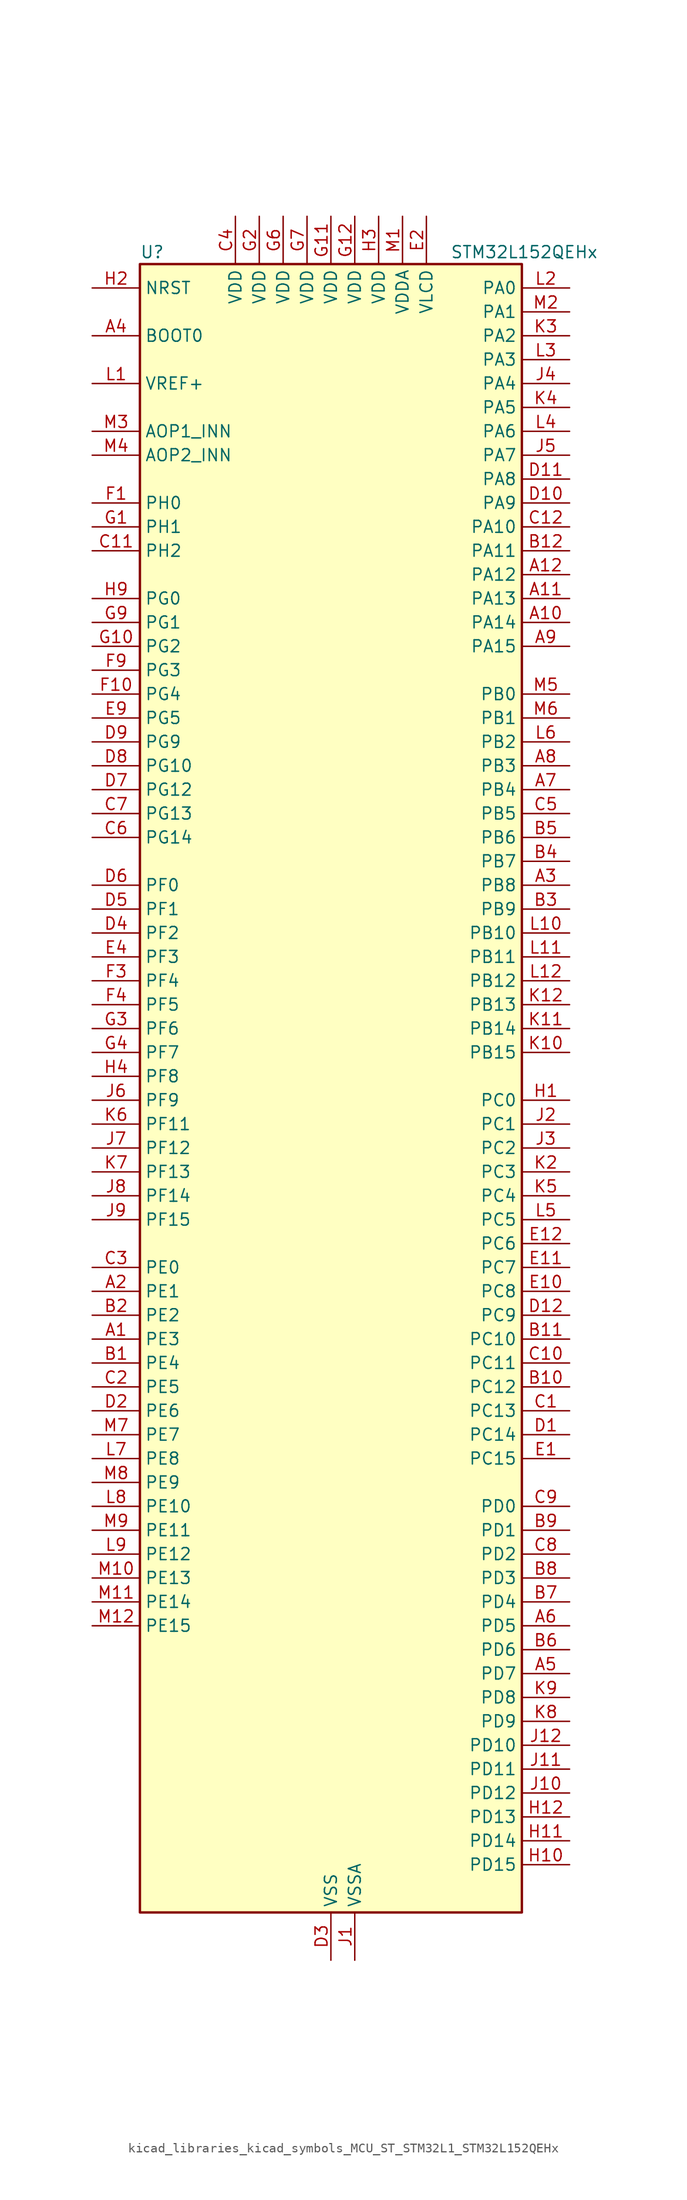
<source format=kicad_sym>
(kicad_symbol_lib
  (version 20220914)
  (generator kicad_symbol_editor)
  (symbol "kicad_libraries_kicad_symbols_MCU_ST_STM32L1_STM32L152QEHx"
    (property "Reference" "U"
      (at -20.32 90.17 0)
      (effects (font (size 1.27 1.27)) (justify left)))
    (property "Value" "STM32L152QEHx"
      (at 12.7 90.17 0)
      (effects (font (size 1.27 1.27)) (justify left)))
    (property "ki_locked" ""
      (at 0 0 0)
      (effects (font (size 1.27 1.27))))
    (symbol "kicad_libraries_kicad_symbols_MCU_ST_STM32L1_STM32L152QEHx_0_1"
      (rectangle (start -20.32 -86.36) (end 20.32 88.9) (stroke (width 0.254) (type default)) (fill (type background))))
    (symbol "kicad_libraries_kicad_symbols_MCU_ST_STM32L1_STM32L152QEHx_1_1"
      (pin bidirectional line (at -25.4 -25.4 0) (length 5.08) (name "PE3" (effects (font (size 1.27 1.27)))) (number "A1" (effects (font (size 1.27 1.27)))) (alternate "LCD_SEG39" bidirectional line) (alternate "SYS_TRACED0" bidirectional line) (alternate "TIM3_CH1" bidirectional line) (alternate "TIMX_IC4" bidirectional line))
      (pin bidirectional line (at 25.4 50.8 180) (length 5.08) (name "PA14" (effects (font (size 1.27 1.27)))) (number "A10" (effects (font (size 1.27 1.27)))) (alternate "SYS_JTCK-SWCLK" bidirectional line) (alternate "TIMX_IC3" bidirectional line) (alternate "TS_G5_IO2" bidirectional line))
      (pin bidirectional line (at 25.4 53.34 180) (length 5.08) (name "PA13" (effects (font (size 1.27 1.27)))) (number "A11" (effects (font (size 1.27 1.27)))) (alternate "SYS_JTMS-SWDIO" bidirectional line) (alternate "TIMX_IC2" bidirectional line) (alternate "TS_G5_IO1" bidirectional line))
      (pin bidirectional line (at 25.4 55.88 180) (length 5.08) (name "PA12" (effects (font (size 1.27 1.27)))) (number "A12" (effects (font (size 1.27 1.27)))) (alternate "SPI1_MOSI" bidirectional line) (alternate "TIMX_IC1" bidirectional line) (alternate "USART1_RTS" bidirectional line) (alternate "USB_DP" bidirectional line))
      (pin bidirectional line (at -25.4 -20.32 0) (length 5.08) (name "PE1" (effects (font (size 1.27 1.27)))) (number "A2" (effects (font (size 1.27 1.27)))) (alternate "LCD_SEG37" bidirectional line) (alternate "TIM11_CH1" bidirectional line) (alternate "TIMX_IC2" bidirectional line))
      (pin bidirectional line (at 25.4 22.86 180) (length 5.08) (name "PB8" (effects (font (size 1.27 1.27)))) (number "A3" (effects (font (size 1.27 1.27)))) (alternate "I2C1_SCL" bidirectional line) (alternate "LCD_SEG16" bidirectional line) (alternate "TIM10_CH1" bidirectional line) (alternate "TIM4_CH3" bidirectional line))
      (pin input line (at -25.4 81.28 0) (length 5.08) (name "BOOT0" (effects (font (size 1.27 1.27)))) (number "A4" (effects (font (size 1.27 1.27)))))
      (pin bidirectional line (at 25.4 -60.96 180) (length 5.08) (name "PD7" (effects (font (size 1.27 1.27)))) (number "A5" (effects (font (size 1.27 1.27)))) (alternate "TIM9_CH2" bidirectional line) (alternate "TIMX_IC4" bidirectional line) (alternate "USART2_CK" bidirectional line))
      (pin bidirectional line (at 25.4 -55.88 180) (length 5.08) (name "PD5" (effects (font (size 1.27 1.27)))) (number "A6" (effects (font (size 1.27 1.27)))) (alternate "TIMX_IC2" bidirectional line) (alternate "USART2_TX" bidirectional line))
      (pin bidirectional line (at 25.4 33.02 180) (length 5.08) (name "PB4" (effects (font (size 1.27 1.27)))) (number "A7" (effects (font (size 1.27 1.27)))) (alternate "COMP2_INP" bidirectional line) (alternate "LCD_SEG8" bidirectional line) (alternate "SPI1_MISO" bidirectional line) (alternate "SPI3_MISO" bidirectional line) (alternate "SYS_JTRST" bidirectional line) (alternate "TIM3_CH1" bidirectional line) (alternate "TS_G6_IO1" bidirectional line))
      (pin bidirectional line (at 25.4 35.56 180) (length 5.08) (name "PB3" (effects (font (size 1.27 1.27)))) (number "A8" (effects (font (size 1.27 1.27)))) (alternate "COMP2_INM" bidirectional line) (alternate "I2S3_CK" bidirectional line) (alternate "LCD_SEG7" bidirectional line) (alternate "SPI1_SCK" bidirectional line) (alternate "SPI3_SCK" bidirectional line) (alternate "SYS_JTDO-TRACESWO" bidirectional line) (alternate "TIM2_CH2" bidirectional line))
      (pin bidirectional line (at 25.4 48.26 180) (length 5.08) (name "PA15" (effects (font (size 1.27 1.27)))) (number "A9" (effects (font (size 1.27 1.27)))) (alternate "ADC_EXTI15" bidirectional line) (alternate "I2S3_WS" bidirectional line) (alternate "LCD_SEG17" bidirectional line) (alternate "SPI1_NSS" bidirectional line) (alternate "SPI3_NSS" bidirectional line) (alternate "SYS_JTDI" bidirectional line) (alternate "TIM2_CH1" bidirectional line) (alternate "TIM2_ETR" bidirectional line) (alternate "TIMX_IC4" bidirectional line) (alternate "TS_G5_IO3" bidirectional line))
      (pin bidirectional line (at -25.4 -27.94 0) (length 5.08) (name "PE4" (effects (font (size 1.27 1.27)))) (number "B1" (effects (font (size 1.27 1.27)))) (alternate "SYS_TRACED1" bidirectional line) (alternate "TIM3_CH2" bidirectional line) (alternate "TIMX_IC1" bidirectional line))
      (pin bidirectional line (at 25.4 -30.48 180) (length 5.08) (name "PC12" (effects (font (size 1.27 1.27)))) (number "B10" (effects (font (size 1.27 1.27)))) (alternate "I2S3_SD" bidirectional line) (alternate "LCD_COM6" bidirectional line) (alternate "LCD_SEG30" bidirectional line) (alternate "LCD_SEG42" bidirectional line) (alternate "SPI3_MOSI" bidirectional line) (alternate "TIMX_IC1" bidirectional line) (alternate "UART5_TX" bidirectional line) (alternate "USART3_CK" bidirectional line))
      (pin bidirectional line (at 25.4 -25.4 180) (length 5.08) (name "PC10" (effects (font (size 1.27 1.27)))) (number "B11" (effects (font (size 1.27 1.27)))) (alternate "I2S3_CK" bidirectional line) (alternate "LCD_COM4" bidirectional line) (alternate "LCD_SEG28" bidirectional line) (alternate "LCD_SEG40" bidirectional line) (alternate "SPI3_SCK" bidirectional line) (alternate "TIMX_IC3" bidirectional line) (alternate "UART4_TX" bidirectional line) (alternate "USART3_TX" bidirectional line))
      (pin bidirectional line (at 25.4 58.42 180) (length 5.08) (name "PA11" (effects (font (size 1.27 1.27)))) (number "B12" (effects (font (size 1.27 1.27)))) (alternate "ADC_EXTI11" bidirectional line) (alternate "SPI1_MISO" bidirectional line) (alternate "TIMX_IC4" bidirectional line) (alternate "USART1_CTS" bidirectional line) (alternate "USB_DM" bidirectional line))
      (pin bidirectional line (at -25.4 -22.86 0) (length 5.08) (name "PE2" (effects (font (size 1.27 1.27)))) (number "B2" (effects (font (size 1.27 1.27)))) (alternate "LCD_SEG38" bidirectional line) (alternate "SYS_TRACECK" bidirectional line) (alternate "TIM3_ETR" bidirectional line) (alternate "TIMX_IC3" bidirectional line))
      (pin bidirectional line (at 25.4 20.32 180) (length 5.08) (name "PB9" (effects (font (size 1.27 1.27)))) (number "B3" (effects (font (size 1.27 1.27)))) (alternate "DAC_EXTI9" bidirectional line) (alternate "I2C1_SDA" bidirectional line) (alternate "LCD_COM3" bidirectional line) (alternate "TIM11_CH1" bidirectional line) (alternate "TIM4_CH4" bidirectional line))
      (pin bidirectional line (at 25.4 25.4 180) (length 5.08) (name "PB7" (effects (font (size 1.27 1.27)))) (number "B4" (effects (font (size 1.27 1.27)))) (alternate "COMP2_INP" bidirectional line) (alternate "I2C1_SDA" bidirectional line) (alternate "SYS_PVD_IN" bidirectional line) (alternate "TIM4_CH2" bidirectional line) (alternate "TS_G6_IO4" bidirectional line) (alternate "USART1_RX" bidirectional line))
      (pin bidirectional line (at 25.4 27.94 180) (length 5.08) (name "PB6" (effects (font (size 1.27 1.27)))) (number "B5" (effects (font (size 1.27 1.27)))) (alternate "COMP2_INP" bidirectional line) (alternate "I2C1_SCL" bidirectional line) (alternate "TIM4_CH1" bidirectional line) (alternate "TS_G6_IO3" bidirectional line) (alternate "USART1_TX" bidirectional line))
      (pin bidirectional line (at 25.4 -58.42 180) (length 5.08) (name "PD6" (effects (font (size 1.27 1.27)))) (number "B6" (effects (font (size 1.27 1.27)))) (alternate "TIMX_IC3" bidirectional line) (alternate "USART2_RX" bidirectional line))
      (pin bidirectional line (at 25.4 -53.34 180) (length 5.08) (name "PD4" (effects (font (size 1.27 1.27)))) (number "B7" (effects (font (size 1.27 1.27)))) (alternate "I2S2_SD" bidirectional line) (alternate "SPI2_MOSI" bidirectional line) (alternate "TIMX_IC1" bidirectional line) (alternate "USART2_RTS" bidirectional line))
      (pin bidirectional line (at 25.4 -50.8 180) (length 5.08) (name "PD3" (effects (font (size 1.27 1.27)))) (number "B8" (effects (font (size 1.27 1.27)))) (alternate "SPI2_MISO" bidirectional line) (alternate "TIMX_IC4" bidirectional line) (alternate "USART2_CTS" bidirectional line))
      (pin bidirectional line (at 25.4 -45.72 180) (length 5.08) (name "PD1" (effects (font (size 1.27 1.27)))) (number "B9" (effects (font (size 1.27 1.27)))) (alternate "I2S2_CK" bidirectional line) (alternate "SPI2_SCK" bidirectional line) (alternate "TIMX_IC2" bidirectional line))
      (pin bidirectional line (at 25.4 -33.02 180) (length 5.08) (name "PC13" (effects (font (size 1.27 1.27)))) (number "C1" (effects (font (size 1.27 1.27)))) (alternate "RTC_OUT_ALARM" bidirectional line) (alternate "RTC_OUT_CALIB" bidirectional line) (alternate "RTC_TAMP1" bidirectional line) (alternate "RTC_TS" bidirectional line) (alternate "SYS_WKUP2" bidirectional line) (alternate "TIMX_IC2" bidirectional line))
      (pin bidirectional line (at 25.4 -27.94 180) (length 5.08) (name "PC11" (effects (font (size 1.27 1.27)))) (number "C10" (effects (font (size 1.27 1.27)))) (alternate "ADC_EXTI11" bidirectional line) (alternate "LCD_COM5" bidirectional line) (alternate "LCD_SEG29" bidirectional line) (alternate "LCD_SEG41" bidirectional line) (alternate "SPI3_MISO" bidirectional line) (alternate "TIMX_IC4" bidirectional line) (alternate "UART4_RX" bidirectional line) (alternate "USART3_RX" bidirectional line))
      (pin bidirectional line (at -25.4 58.42 0) (length 5.08) (name "PH2" (effects (font (size 1.27 1.27)))) (number "C11" (effects (font (size 1.27 1.27)))))
      (pin bidirectional line (at 25.4 60.96 180) (length 5.08) (name "PA10" (effects (font (size 1.27 1.27)))) (number "C12" (effects (font (size 1.27 1.27)))) (alternate "LCD_COM2" bidirectional line) (alternate "TIMX_IC3" bidirectional line) (alternate "TS_G4_IO3" bidirectional line) (alternate "USART1_RX" bidirectional line))
      (pin bidirectional line (at -25.4 -30.48 0) (length 5.08) (name "PE5" (effects (font (size 1.27 1.27)))) (number "C2" (effects (font (size 1.27 1.27)))) (alternate "SYS_TRACED2" bidirectional line) (alternate "TIM9_CH1" bidirectional line) (alternate "TIMX_IC2" bidirectional line))
      (pin bidirectional line (at -25.4 -17.78 0) (length 5.08) (name "PE0" (effects (font (size 1.27 1.27)))) (number "C3" (effects (font (size 1.27 1.27)))) (alternate "LCD_SEG36" bidirectional line) (alternate "TIM10_CH1" bidirectional line) (alternate "TIM4_ETR" bidirectional line) (alternate "TIMX_IC1" bidirectional line))
      (pin power_in line (at -10.16 93.98 270) (length 5.08) (name "VDD" (effects (font (size 1.27 1.27)))) (number "C4" (effects (font (size 1.27 1.27)))))
      (pin bidirectional line (at 25.4 30.48 180) (length 5.08) (name "PB5" (effects (font (size 1.27 1.27)))) (number "C5" (effects (font (size 1.27 1.27)))) (alternate "COMP2_INP" bidirectional line) (alternate "I2C1_SMBA" bidirectional line) (alternate "I2S3_SD" bidirectional line) (alternate "LCD_SEG9" bidirectional line) (alternate "SPI1_MOSI" bidirectional line) (alternate "SPI3_MOSI" bidirectional line) (alternate "TIM3_CH2" bidirectional line) (alternate "TS_G6_IO2" bidirectional line))
      (pin bidirectional line (at -25.4 27.94 0) (length 5.08) (name "PG14" (effects (font (size 1.27 1.27)))) (number "C6" (effects (font (size 1.27 1.27)))))
      (pin bidirectional line (at -25.4 30.48 0) (length 5.08) (name "PG13" (effects (font (size 1.27 1.27)))) (number "C7" (effects (font (size 1.27 1.27)))))
      (pin bidirectional line (at 25.4 -48.26 180) (length 5.08) (name "PD2" (effects (font (size 1.27 1.27)))) (number "C8" (effects (font (size 1.27 1.27)))) (alternate "LCD_COM7" bidirectional line) (alternate "LCD_SEG31" bidirectional line) (alternate "LCD_SEG43" bidirectional line) (alternate "TIM3_ETR" bidirectional line) (alternate "TIMX_IC3" bidirectional line) (alternate "UART5_RX" bidirectional line))
      (pin bidirectional line (at 25.4 -43.18 180) (length 5.08) (name "PD0" (effects (font (size 1.27 1.27)))) (number "C9" (effects (font (size 1.27 1.27)))) (alternate "I2S2_WS" bidirectional line) (alternate "SPI2_NSS" bidirectional line) (alternate "TIM9_CH1" bidirectional line) (alternate "TIMX_IC1" bidirectional line))
      (pin bidirectional line (at 25.4 -35.56 180) (length 5.08) (name "PC14" (effects (font (size 1.27 1.27)))) (number "D1" (effects (font (size 1.27 1.27)))) (alternate "RCC_OSC32_IN" bidirectional line) (alternate "TIMX_IC3" bidirectional line))
      (pin bidirectional line (at 25.4 63.5 180) (length 5.08) (name "PA9" (effects (font (size 1.27 1.27)))) (number "D10" (effects (font (size 1.27 1.27)))) (alternate "DAC_EXTI9" bidirectional line) (alternate "LCD_COM1" bidirectional line) (alternate "TIMX_IC2" bidirectional line) (alternate "TS_G4_IO2" bidirectional line) (alternate "USART1_TX" bidirectional line))
      (pin bidirectional line (at 25.4 66.04 180) (length 5.08) (name "PA8" (effects (font (size 1.27 1.27)))) (number "D11" (effects (font (size 1.27 1.27)))) (alternate "LCD_COM0" bidirectional line) (alternate "RCC_MCO" bidirectional line) (alternate "TIMX_IC1" bidirectional line) (alternate "TS_G4_IO1" bidirectional line) (alternate "USART1_CK" bidirectional line))
      (pin bidirectional line (at 25.4 -22.86 180) (length 5.08) (name "PC9" (effects (font (size 1.27 1.27)))) (number "D12" (effects (font (size 1.27 1.27)))) (alternate "DAC_EXTI9" bidirectional line) (alternate "LCD_SEG27" bidirectional line) (alternate "TIM3_CH4" bidirectional line) (alternate "TIMX_IC2" bidirectional line) (alternate "TS_G10_IO4" bidirectional line))
      (pin bidirectional line (at -25.4 -33.02 0) (length 5.08) (name "PE6" (effects (font (size 1.27 1.27)))) (number "D2" (effects (font (size 1.27 1.27)))) (alternate "RTC_TAMP3" bidirectional line) (alternate "SYS_TRACED3" bidirectional line) (alternate "SYS_WKUP3" bidirectional line) (alternate "TIM9_CH2" bidirectional line) (alternate "TIMX_IC3" bidirectional line))
      (pin power_in line (at 0 -91.44 90) (length 5.08) (name "VSS" (effects (font (size 1.27 1.27)))) (number "D3" (effects (font (size 1.27 1.27)))))
      (pin bidirectional line (at -25.4 17.78 0) (length 5.08) (name "PF2" (effects (font (size 1.27 1.27)))) (number "D4" (effects (font (size 1.27 1.27)))))
      (pin bidirectional line (at -25.4 20.32 0) (length 5.08) (name "PF1" (effects (font (size 1.27 1.27)))) (number "D5" (effects (font (size 1.27 1.27)))))
      (pin bidirectional line (at -25.4 22.86 0) (length 5.08) (name "PF0" (effects (font (size 1.27 1.27)))) (number "D6" (effects (font (size 1.27 1.27)))))
      (pin bidirectional line (at -25.4 33.02 0) (length 5.08) (name "PG12" (effects (font (size 1.27 1.27)))) (number "D7" (effects (font (size 1.27 1.27)))))
      (pin bidirectional line (at -25.4 35.56 0) (length 5.08) (name "PG10" (effects (font (size 1.27 1.27)))) (number "D8" (effects (font (size 1.27 1.27)))))
      (pin bidirectional line (at -25.4 38.1 0) (length 5.08) (name "PG9" (effects (font (size 1.27 1.27)))) (number "D9" (effects (font (size 1.27 1.27)))) (alternate "DAC_EXTI9" bidirectional line))
      (pin bidirectional line (at 25.4 -38.1 180) (length 5.08) (name "PC15" (effects (font (size 1.27 1.27)))) (number "E1" (effects (font (size 1.27 1.27)))) (alternate "ADC_EXTI15" bidirectional line) (alternate "RCC_OSC32_OUT" bidirectional line) (alternate "TIMX_IC4" bidirectional line))
      (pin bidirectional line (at 25.4 -20.32 180) (length 5.08) (name "PC8" (effects (font (size 1.27 1.27)))) (number "E10" (effects (font (size 1.27 1.27)))) (alternate "LCD_SEG26" bidirectional line) (alternate "TIM3_CH3" bidirectional line) (alternate "TIMX_IC1" bidirectional line) (alternate "TS_G10_IO3" bidirectional line))
      (pin bidirectional line (at 25.4 -17.78 180) (length 5.08) (name "PC7" (effects (font (size 1.27 1.27)))) (number "E11" (effects (font (size 1.27 1.27)))) (alternate "I2S3_MCK" bidirectional line) (alternate "LCD_SEG25" bidirectional line) (alternate "TIM3_CH2" bidirectional line) (alternate "TIMX_IC4" bidirectional line) (alternate "TS_G10_IO2" bidirectional line))
      (pin bidirectional line (at 25.4 -15.24 180) (length 5.08) (name "PC6" (effects (font (size 1.27 1.27)))) (number "E12" (effects (font (size 1.27 1.27)))) (alternate "I2S2_MCK" bidirectional line) (alternate "LCD_SEG24" bidirectional line) (alternate "TIM3_CH1" bidirectional line) (alternate "TIMX_IC3" bidirectional line) (alternate "TS_G10_IO1" bidirectional line))
      (pin power_in line (at 10.16 93.98 270) (length 5.08) (name "VLCD" (effects (font (size 1.27 1.27)))) (number "E2" (effects (font (size 1.27 1.27)))))
      (pin passive line (at 0 -91.44 90) (length 5.08) hide (name "VSS" (effects (font (size 1.27 1.27)))) (number "E3" (effects (font (size 1.27 1.27)))))
      (pin bidirectional line (at -25.4 15.24 0) (length 5.08) (name "PF3" (effects (font (size 1.27 1.27)))) (number "E4" (effects (font (size 1.27 1.27)))))
      (pin bidirectional line (at -25.4 40.64 0) (length 5.08) (name "PG5" (effects (font (size 1.27 1.27)))) (number "E9" (effects (font (size 1.27 1.27)))))
      (pin bidirectional line (at -25.4 63.5 0) (length 5.08) (name "PH0" (effects (font (size 1.27 1.27)))) (number "F1" (effects (font (size 1.27 1.27)))) (alternate "RCC_OSC_IN" bidirectional line))
      (pin bidirectional line (at -25.4 43.18 0) (length 5.08) (name "PG4" (effects (font (size 1.27 1.27)))) (number "F10" (effects (font (size 1.27 1.27)))) (alternate "ADC_IN12b" bidirectional line) (alternate "TS_G7_IO7" bidirectional line))
      (pin passive line (at 0 -91.44 90) (length 5.08) hide (name "VSS" (effects (font (size 1.27 1.27)))) (number "F11" (effects (font (size 1.27 1.27)))))
      (pin passive line (at 0 -91.44 90) (length 5.08) hide (name "VSS" (effects (font (size 1.27 1.27)))) (number "F12" (effects (font (size 1.27 1.27)))))
      (pin passive line (at 0 -91.44 90) (length 5.08) hide (name "VSS" (effects (font (size 1.27 1.27)))) (number "F2" (effects (font (size 1.27 1.27)))))
      (pin bidirectional line (at -25.4 12.7 0) (length 5.08) (name "PF4" (effects (font (size 1.27 1.27)))) (number "F3" (effects (font (size 1.27 1.27)))))
      (pin bidirectional line (at -25.4 10.16 0) (length 5.08) (name "PF5" (effects (font (size 1.27 1.27)))) (number "F4" (effects (font (size 1.27 1.27)))))
      (pin passive line (at 0 -91.44 90) (length 5.08) hide (name "VSS" (effects (font (size 1.27 1.27)))) (number "F6" (effects (font (size 1.27 1.27)))))
      (pin passive line (at 0 -91.44 90) (length 5.08) hide (name "VSS" (effects (font (size 1.27 1.27)))) (number "F7" (effects (font (size 1.27 1.27)))))
      (pin bidirectional line (at -25.4 45.72 0) (length 5.08) (name "PG3" (effects (font (size 1.27 1.27)))) (number "F9" (effects (font (size 1.27 1.27)))) (alternate "ADC_IN11b" bidirectional line) (alternate "TS_G7_IO6" bidirectional line))
      (pin bidirectional line (at -25.4 60.96 0) (length 5.08) (name "PH1" (effects (font (size 1.27 1.27)))) (number "G1" (effects (font (size 1.27 1.27)))) (alternate "RCC_OSC_OUT" bidirectional line))
      (pin bidirectional line (at -25.4 48.26 0) (length 5.08) (name "PG2" (effects (font (size 1.27 1.27)))) (number "G10" (effects (font (size 1.27 1.27)))) (alternate "ADC_IN10b" bidirectional line) (alternate "TS_G7_IO5" bidirectional line))
      (pin power_in line (at 0 93.98 270) (length 5.08) (name "VDD" (effects (font (size 1.27 1.27)))) (number "G11" (effects (font (size 1.27 1.27)))))
      (pin power_in line (at 2.54 93.98 270) (length 5.08) (name "VDD" (effects (font (size 1.27 1.27)))) (number "G12" (effects (font (size 1.27 1.27)))))
      (pin power_in line (at -7.62 93.98 270) (length 5.08) (name "VDD" (effects (font (size 1.27 1.27)))) (number "G2" (effects (font (size 1.27 1.27)))))
      (pin bidirectional line (at -25.4 7.62 0) (length 5.08) (name "PF6" (effects (font (size 1.27 1.27)))) (number "G3" (effects (font (size 1.27 1.27)))) (alternate "ADC_IN27" bidirectional line) (alternate "TIM5_CH1" bidirectional line) (alternate "TIM5_ETR" bidirectional line) (alternate "TS_G11_IO1" bidirectional line))
      (pin bidirectional line (at -25.4 5.08 0) (length 5.08) (name "PF7" (effects (font (size 1.27 1.27)))) (number "G4" (effects (font (size 1.27 1.27)))) (alternate "ADC_IN28" bidirectional line) (alternate "COMP1_INP" bidirectional line) (alternate "TIM5_CH2" bidirectional line) (alternate "TS_G11_IO2" bidirectional line))
      (pin power_in line (at -5.08 93.98 270) (length 5.08) (name "VDD" (effects (font (size 1.27 1.27)))) (number "G6" (effects (font (size 1.27 1.27)))))
      (pin power_in line (at -2.54 93.98 270) (length 5.08) (name "VDD" (effects (font (size 1.27 1.27)))) (number "G7" (effects (font (size 1.27 1.27)))))
      (pin bidirectional line (at -25.4 50.8 0) (length 5.08) (name "PG1" (effects (font (size 1.27 1.27)))) (number "G9" (effects (font (size 1.27 1.27)))) (alternate "ADC_IN9b" bidirectional line) (alternate "TS_G2_IO5" bidirectional line))
      (pin bidirectional line (at 25.4 0 180) (length 5.08) (name "PC0" (effects (font (size 1.27 1.27)))) (number "H1" (effects (font (size 1.27 1.27)))) (alternate "ADC_IN10" bidirectional line) (alternate "COMP1_INP" bidirectional line) (alternate "LCD_SEG18" bidirectional line) (alternate "TIMX_IC1" bidirectional line) (alternate "TS_G8_IO1" bidirectional line))
      (pin bidirectional line (at 25.4 -81.28 180) (length 5.08) (name "PD15" (effects (font (size 1.27 1.27)))) (number "H10" (effects (font (size 1.27 1.27)))) (alternate "ADC_EXTI15" bidirectional line) (alternate "LCD_SEG35" bidirectional line) (alternate "TIM4_CH4" bidirectional line) (alternate "TIMX_IC4" bidirectional line))
      (pin bidirectional line (at 25.4 -78.74 180) (length 5.08) (name "PD14" (effects (font (size 1.27 1.27)))) (number "H11" (effects (font (size 1.27 1.27)))) (alternate "LCD_SEG34" bidirectional line) (alternate "TIM4_CH3" bidirectional line) (alternate "TIMX_IC3" bidirectional line))
      (pin bidirectional line (at 25.4 -76.2 180) (length 5.08) (name "PD13" (effects (font (size 1.27 1.27)))) (number "H12" (effects (font (size 1.27 1.27)))) (alternate "LCD_SEG33" bidirectional line) (alternate "TIM4_CH2" bidirectional line) (alternate "TIMX_IC2" bidirectional line))
      (pin input line (at -25.4 86.36 0) (length 5.08) (name "NRST" (effects (font (size 1.27 1.27)))) (number "H2" (effects (font (size 1.27 1.27)))))
      (pin power_in line (at 5.08 93.98 270) (length 5.08) (name "VDD" (effects (font (size 1.27 1.27)))) (number "H3" (effects (font (size 1.27 1.27)))))
      (pin bidirectional line (at -25.4 2.54 0) (length 5.08) (name "PF8" (effects (font (size 1.27 1.27)))) (number "H4" (effects (font (size 1.27 1.27)))) (alternate "ADC_IN29" bidirectional line) (alternate "COMP1_INP" bidirectional line) (alternate "TIM5_CH3" bidirectional line) (alternate "TS_G11_IO3" bidirectional line))
      (pin bidirectional line (at -25.4 53.34 0) (length 5.08) (name "PG0" (effects (font (size 1.27 1.27)))) (number "H9" (effects (font (size 1.27 1.27)))) (alternate "ADC_IN8b" bidirectional line) (alternate "TS_G2_IO4" bidirectional line))
      (pin power_in line (at 2.54 -91.44 90) (length 5.08) (name "VSSA" (effects (font (size 1.27 1.27)))) (number "J1" (effects (font (size 1.27 1.27)))))
      (pin bidirectional line (at 25.4 -73.66 180) (length 5.08) (name "PD12" (effects (font (size 1.27 1.27)))) (number "J10" (effects (font (size 1.27 1.27)))) (alternate "LCD_SEG32" bidirectional line) (alternate "TIM4_CH1" bidirectional line) (alternate "TIMX_IC1" bidirectional line) (alternate "USART3_RTS" bidirectional line))
      (pin bidirectional line (at 25.4 -71.12 180) (length 5.08) (name "PD11" (effects (font (size 1.27 1.27)))) (number "J11" (effects (font (size 1.27 1.27)))) (alternate "ADC_EXTI11" bidirectional line) (alternate "LCD_SEG31" bidirectional line) (alternate "TIMX_IC4" bidirectional line) (alternate "USART3_CTS" bidirectional line))
      (pin bidirectional line (at 25.4 -68.58 180) (length 5.08) (name "PD10" (effects (font (size 1.27 1.27)))) (number "J12" (effects (font (size 1.27 1.27)))) (alternate "LCD_SEG30" bidirectional line) (alternate "TIMX_IC3" bidirectional line) (alternate "USART3_CK" bidirectional line))
      (pin bidirectional line (at 25.4 -2.54 180) (length 5.08) (name "PC1" (effects (font (size 1.27 1.27)))) (number "J2" (effects (font (size 1.27 1.27)))) (alternate "ADC_IN11" bidirectional line) (alternate "COMP1_INP" bidirectional line) (alternate "LCD_SEG19" bidirectional line) (alternate "TIMX_IC2" bidirectional line) (alternate "TS_G8_IO2" bidirectional line))
      (pin bidirectional line (at 25.4 -5.08 180) (length 5.08) (name "PC2" (effects (font (size 1.27 1.27)))) (number "J3" (effects (font (size 1.27 1.27)))) (alternate "ADC_IN12" bidirectional line) (alternate "COMP1_INP" bidirectional line) (alternate "LCD_SEG20" bidirectional line) (alternate "TIMX_IC3" bidirectional line) (alternate "TS_G8_IO3" bidirectional line))
      (pin bidirectional line (at 25.4 76.2 180) (length 5.08) (name "PA4" (effects (font (size 1.27 1.27)))) (number "J4" (effects (font (size 1.27 1.27)))) (alternate "ADC_IN4" bidirectional line) (alternate "COMP1_INP" bidirectional line) (alternate "DAC_OUT1" bidirectional line) (alternate "I2S3_WS" bidirectional line) (alternate "SPI1_NSS" bidirectional line) (alternate "SPI3_NSS" bidirectional line) (alternate "TIMX_IC1" bidirectional line) (alternate "USART2_CK" bidirectional line))
      (pin bidirectional line (at 25.4 68.58 180) (length 5.08) (name "PA7" (effects (font (size 1.27 1.27)))) (number "J5" (effects (font (size 1.27 1.27)))) (alternate "ADC_IN7" bidirectional line) (alternate "COMP1_INP" bidirectional line) (alternate "LCD_SEG4" bidirectional line) (alternate "SPI1_MOSI" bidirectional line) (alternate "TIM11_CH1" bidirectional line) (alternate "TIM3_CH2" bidirectional line) (alternate "TIMX_IC4" bidirectional line) (alternate "TS_G2_IO2" bidirectional line))
      (pin bidirectional line (at -25.4 0 0) (length 5.08) (name "PF9" (effects (font (size 1.27 1.27)))) (number "J6" (effects (font (size 1.27 1.27)))) (alternate "ADC_IN30" bidirectional line) (alternate "COMP1_INP" bidirectional line) (alternate "DAC_EXTI9" bidirectional line) (alternate "TIM5_CH4" bidirectional line) (alternate "TS_G11_IO4" bidirectional line))
      (pin bidirectional line (at -25.4 -5.08 0) (length 5.08) (name "PF12" (effects (font (size 1.27 1.27)))) (number "J7" (effects (font (size 1.27 1.27)))) (alternate "ADC_IN2b" bidirectional line) (alternate "TS_G3_IO5" bidirectional line))
      (pin bidirectional line (at -25.4 -10.16 0) (length 5.08) (name "PF14" (effects (font (size 1.27 1.27)))) (number "J8" (effects (font (size 1.27 1.27)))) (alternate "ADC_IN6b" bidirectional line) (alternate "TS_G9_IO4" bidirectional line))
      (pin bidirectional line (at -25.4 -12.7 0) (length 5.08) (name "PF15" (effects (font (size 1.27 1.27)))) (number "J9" (effects (font (size 1.27 1.27)))) (alternate "ADC_EXTI15" bidirectional line) (alternate "ADC_IN7b" bidirectional line) (alternate "TS_G2_IO3" bidirectional line))
      (pin no_connect line (at -20.32 -86.36 0) (length 5.08) hide (name "NC" (effects (font (size 1.27 1.27)))) (number "K1" (effects (font (size 1.27 1.27)))))
      (pin bidirectional line (at 25.4 5.08 180) (length 5.08) (name "PB15" (effects (font (size 1.27 1.27)))) (number "K10" (effects (font (size 1.27 1.27)))) (alternate "ADC_EXTI15" bidirectional line) (alternate "ADC_IN21" bidirectional line) (alternate "COMP1_INP" bidirectional line) (alternate "I2S2_SD" bidirectional line) (alternate "LCD_SEG15" bidirectional line) (alternate "RTC_REFIN" bidirectional line) (alternate "SPI2_MOSI" bidirectional line) (alternate "TIM11_CH1" bidirectional line) (alternate "TS_G7_IO4" bidirectional line))
      (pin bidirectional line (at 25.4 7.62 180) (length 5.08) (name "PB14" (effects (font (size 1.27 1.27)))) (number "K11" (effects (font (size 1.27 1.27)))) (alternate "ADC_IN20" bidirectional line) (alternate "COMP1_INP" bidirectional line) (alternate "LCD_SEG14" bidirectional line) (alternate "SPI2_MISO" bidirectional line) (alternate "TIM9_CH2" bidirectional line) (alternate "TS_G7_IO3" bidirectional line) (alternate "USART3_RTS" bidirectional line))
      (pin bidirectional line (at 25.4 10.16 180) (length 5.08) (name "PB13" (effects (font (size 1.27 1.27)))) (number "K12" (effects (font (size 1.27 1.27)))) (alternate "ADC_IN19" bidirectional line) (alternate "COMP1_INP" bidirectional line) (alternate "I2S2_CK" bidirectional line) (alternate "LCD_SEG13" bidirectional line) (alternate "SPI2_SCK" bidirectional line) (alternate "TIM9_CH1" bidirectional line) (alternate "TS_G7_IO2" bidirectional line) (alternate "USART3_CTS" bidirectional line))
      (pin bidirectional line (at 25.4 -7.62 180) (length 5.08) (name "PC3" (effects (font (size 1.27 1.27)))) (number "K2" (effects (font (size 1.27 1.27)))) (alternate "ADC_IN13" bidirectional line) (alternate "COMP1_INP" bidirectional line) (alternate "LCD_SEG21" bidirectional line) (alternate "TIMX_IC4" bidirectional line) (alternate "TS_G8_IO4" bidirectional line))
      (pin bidirectional line (at 25.4 81.28 180) (length 5.08) (name "PA2" (effects (font (size 1.27 1.27)))) (number "K3" (effects (font (size 1.27 1.27)))) (alternate "ADC_IN2" bidirectional line) (alternate "COMP1_INP" bidirectional line) (alternate "LCD_SEG1" bidirectional line) (alternate "TIM2_CH3" bidirectional line) (alternate "TIM5_CH3" bidirectional line) (alternate "TIM9_CH1" bidirectional line) (alternate "TIMX_IC3" bidirectional line) (alternate "TS_G1_IO3" bidirectional line) (alternate "USART2_TX" bidirectional line))
      (pin bidirectional line (at 25.4 73.66 180) (length 5.08) (name "PA5" (effects (font (size 1.27 1.27)))) (number "K4" (effects (font (size 1.27 1.27)))) (alternate "ADC_IN5" bidirectional line) (alternate "COMP1_INP" bidirectional line) (alternate "DAC_OUT2" bidirectional line) (alternate "SPI1_SCK" bidirectional line) (alternate "TIM2_CH1" bidirectional line) (alternate "TIM2_ETR" bidirectional line) (alternate "TIMX_IC2" bidirectional line))
      (pin bidirectional line (at 25.4 -10.16 180) (length 5.08) (name "PC4" (effects (font (size 1.27 1.27)))) (number "K5" (effects (font (size 1.27 1.27)))) (alternate "ADC_IN14" bidirectional line) (alternate "COMP1_INP" bidirectional line) (alternate "LCD_SEG22" bidirectional line) (alternate "TIMX_IC1" bidirectional line) (alternate "TS_G9_IO1" bidirectional line))
      (pin bidirectional line (at -25.4 -2.54 0) (length 5.08) (name "PF11" (effects (font (size 1.27 1.27)))) (number "K6" (effects (font (size 1.27 1.27)))) (alternate "ADC_EXTI11" bidirectional line) (alternate "ADC_IN1b" bidirectional line) (alternate "TS_G3_IO4" bidirectional line))
      (pin bidirectional line (at -25.4 -7.62 0) (length 5.08) (name "PF13" (effects (font (size 1.27 1.27)))) (number "K7" (effects (font (size 1.27 1.27)))) (alternate "ADC_IN3b" bidirectional line) (alternate "TS_G9_IO3" bidirectional line))
      (pin bidirectional line (at 25.4 -66.04 180) (length 5.08) (name "PD9" (effects (font (size 1.27 1.27)))) (number "K8" (effects (font (size 1.27 1.27)))) (alternate "DAC_EXTI9" bidirectional line) (alternate "LCD_SEG29" bidirectional line) (alternate "TIMX_IC2" bidirectional line) (alternate "USART3_RX" bidirectional line))
      (pin bidirectional line (at 25.4 -63.5 180) (length 5.08) (name "PD8" (effects (font (size 1.27 1.27)))) (number "K9" (effects (font (size 1.27 1.27)))) (alternate "LCD_SEG28" bidirectional line) (alternate "TIMX_IC1" bidirectional line) (alternate "USART3_TX" bidirectional line))
      (pin input line (at -25.4 76.2 0) (length 5.08) (name "VREF+" (effects (font (size 1.27 1.27)))) (number "L1" (effects (font (size 1.27 1.27)))))
      (pin bidirectional line (at 25.4 17.78 180) (length 5.08) (name "PB10" (effects (font (size 1.27 1.27)))) (number "L10" (effects (font (size 1.27 1.27)))) (alternate "I2C2_SCL" bidirectional line) (alternate "LCD_SEG10" bidirectional line) (alternate "TIM2_CH3" bidirectional line) (alternate "USART3_TX" bidirectional line))
      (pin bidirectional line (at 25.4 15.24 180) (length 5.08) (name "PB11" (effects (font (size 1.27 1.27)))) (number "L11" (effects (font (size 1.27 1.27)))) (alternate "ADC_EXTI11" bidirectional line) (alternate "I2C2_SDA" bidirectional line) (alternate "LCD_SEG11" bidirectional line) (alternate "TIM2_CH4" bidirectional line) (alternate "USART3_RX" bidirectional line))
      (pin bidirectional line (at 25.4 12.7 180) (length 5.08) (name "PB12" (effects (font (size 1.27 1.27)))) (number "L12" (effects (font (size 1.27 1.27)))) (alternate "ADC_IN18" bidirectional line) (alternate "COMP1_INP" bidirectional line) (alternate "I2C2_SMBA" bidirectional line) (alternate "I2S2_WS" bidirectional line) (alternate "LCD_SEG12" bidirectional line) (alternate "SPI2_NSS" bidirectional line) (alternate "TIM10_CH1" bidirectional line) (alternate "TS_G7_IO1" bidirectional line) (alternate "USART3_CK" bidirectional line))
      (pin bidirectional line (at 25.4 86.36 180) (length 5.08) (name "PA0" (effects (font (size 1.27 1.27)))) (number "L2" (effects (font (size 1.27 1.27)))) (alternate "ADC_IN0" bidirectional line) (alternate "COMP1_INP" bidirectional line) (alternate "RTC_TAMP2" bidirectional line) (alternate "SYS_WKUP1" bidirectional line) (alternate "TIM2_CH1" bidirectional line) (alternate "TIM2_ETR" bidirectional line) (alternate "TIM5_CH1" bidirectional line) (alternate "TIMX_IC1" bidirectional line) (alternate "TS_G1_IO1" bidirectional line) (alternate "USART2_CTS" bidirectional line))
      (pin bidirectional line (at 25.4 78.74 180) (length 5.08) (name "PA3" (effects (font (size 1.27 1.27)))) (number "L3" (effects (font (size 1.27 1.27)))) (alternate "ADC_IN3" bidirectional line) (alternate "COMP1_INP" bidirectional line) (alternate "LCD_SEG2" bidirectional line) (alternate "OPAMP1_VOUT" bidirectional line) (alternate "TIM2_CH4" bidirectional line) (alternate "TIM5_CH4" bidirectional line) (alternate "TIM9_CH2" bidirectional line) (alternate "TIMX_IC4" bidirectional line) (alternate "TS_G1_IO4" bidirectional line) (alternate "USART2_RX" bidirectional line))
      (pin bidirectional line (at 25.4 71.12 180) (length 5.08) (name "PA6" (effects (font (size 1.27 1.27)))) (number "L4" (effects (font (size 1.27 1.27)))) (alternate "ADC_IN6" bidirectional line) (alternate "COMP1_INP" bidirectional line) (alternate "LCD_SEG3" bidirectional line) (alternate "OPAMP2_VINP" bidirectional line) (alternate "SPI1_MISO" bidirectional line) (alternate "TIM10_CH1" bidirectional line) (alternate "TIM3_CH1" bidirectional line) (alternate "TIMX_IC3" bidirectional line) (alternate "TS_G2_IO1" bidirectional line))
      (pin bidirectional line (at 25.4 -12.7 180) (length 5.08) (name "PC5" (effects (font (size 1.27 1.27)))) (number "L5" (effects (font (size 1.27 1.27)))) (alternate "ADC_IN15" bidirectional line) (alternate "COMP1_INP" bidirectional line) (alternate "LCD_SEG23" bidirectional line) (alternate "TIMX_IC2" bidirectional line) (alternate "TS_G9_IO2" bidirectional line))
      (pin bidirectional line (at 25.4 38.1 180) (length 5.08) (name "PB2" (effects (font (size 1.27 1.27)))) (number "L6" (effects (font (size 1.27 1.27)))) (alternate "ADC_IN0b" bidirectional line) (alternate "TS_G3_IO3" bidirectional line))
      (pin bidirectional line (at -25.4 -38.1 0) (length 5.08) (name "PE8" (effects (font (size 1.27 1.27)))) (number "L7" (effects (font (size 1.27 1.27)))) (alternate "ADC_IN23" bidirectional line) (alternate "COMP1_INP" bidirectional line) (alternate "TIMX_IC1" bidirectional line))
      (pin bidirectional line (at -25.4 -43.18 0) (length 5.08) (name "PE10" (effects (font (size 1.27 1.27)))) (number "L8" (effects (font (size 1.27 1.27)))) (alternate "ADC_IN25" bidirectional line) (alternate "COMP1_INP" bidirectional line) (alternate "TIM2_CH2" bidirectional line) (alternate "TIMX_IC3" bidirectional line))
      (pin bidirectional line (at -25.4 -48.26 0) (length 5.08) (name "PE12" (effects (font (size 1.27 1.27)))) (number "L9" (effects (font (size 1.27 1.27)))) (alternate "SPI1_NSS" bidirectional line) (alternate "TIM2_CH4" bidirectional line) (alternate "TIMX_IC1" bidirectional line))
      (pin power_in line (at 7.62 93.98 270) (length 5.08) (name "VDDA" (effects (font (size 1.27 1.27)))) (number "M1" (effects (font (size 1.27 1.27)))))
      (pin bidirectional line (at -25.4 -50.8 0) (length 5.08) (name "PE13" (effects (font (size 1.27 1.27)))) (number "M10" (effects (font (size 1.27 1.27)))) (alternate "SPI1_SCK" bidirectional line) (alternate "TIMX_IC2" bidirectional line))
      (pin bidirectional line (at -25.4 -53.34 0) (length 5.08) (name "PE14" (effects (font (size 1.27 1.27)))) (number "M11" (effects (font (size 1.27 1.27)))) (alternate "SPI1_MISO" bidirectional line) (alternate "TIMX_IC3" bidirectional line))
      (pin bidirectional line (at -25.4 -55.88 0) (length 5.08) (name "PE15" (effects (font (size 1.27 1.27)))) (number "M12" (effects (font (size 1.27 1.27)))) (alternate "ADC_EXTI15" bidirectional line) (alternate "SPI1_MOSI" bidirectional line) (alternate "TIMX_IC4" bidirectional line))
      (pin bidirectional line (at 25.4 83.82 180) (length 5.08) (name "PA1" (effects (font (size 1.27 1.27)))) (number "M2" (effects (font (size 1.27 1.27)))) (alternate "ADC_IN1" bidirectional line) (alternate "COMP1_INP" bidirectional line) (alternate "LCD_SEG0" bidirectional line) (alternate "OPAMP1_VINP" bidirectional line) (alternate "TIM2_CH2" bidirectional line) (alternate "TIM5_CH2" bidirectional line) (alternate "TIMX_IC2" bidirectional line) (alternate "TS_G1_IO2" bidirectional line) (alternate "USART2_RTS" bidirectional line))
      (pin input line (at -25.4 71.12 0) (length 5.08) (name "AOP1_INN" (effects (font (size 1.27 1.27)))) (number "M3" (effects (font (size 1.27 1.27)))) (alternate "OPAMP1_VINM" bidirectional line))
      (pin input line (at -25.4 68.58 0) (length 5.08) (name "AOP2_INN" (effects (font (size 1.27 1.27)))) (number "M4" (effects (font (size 1.27 1.27)))) (alternate "OPAMP2_VINM" bidirectional line))
      (pin bidirectional line (at 25.4 43.18 180) (length 5.08) (name "PB0" (effects (font (size 1.27 1.27)))) (number "M5" (effects (font (size 1.27 1.27)))) (alternate "ADC_IN8" bidirectional line) (alternate "COMP1_INP" bidirectional line) (alternate "LCD_SEG5" bidirectional line) (alternate "OPAMP2_VOUT" bidirectional line) (alternate "SYS_V_REF_OUT" bidirectional line) (alternate "TIM3_CH3" bidirectional line) (alternate "TS_G3_IO1" bidirectional line))
      (pin bidirectional line (at 25.4 40.64 180) (length 5.08) (name "PB1" (effects (font (size 1.27 1.27)))) (number "M6" (effects (font (size 1.27 1.27)))) (alternate "ADC_IN9" bidirectional line) (alternate "COMP1_INP" bidirectional line) (alternate "LCD_SEG6" bidirectional line) (alternate "SYS_V_REF_OUT" bidirectional line) (alternate "TIM3_CH4" bidirectional line) (alternate "TS_G3_IO2" bidirectional line))
      (pin bidirectional line (at -25.4 -35.56 0) (length 5.08) (name "PE7" (effects (font (size 1.27 1.27)))) (number "M7" (effects (font (size 1.27 1.27)))) (alternate "ADC_IN22" bidirectional line) (alternate "COMP1_INP" bidirectional line) (alternate "TIMX_IC4" bidirectional line))
      (pin bidirectional line (at -25.4 -40.64 0) (length 5.08) (name "PE9" (effects (font (size 1.27 1.27)))) (number "M8" (effects (font (size 1.27 1.27)))) (alternate "ADC_IN24" bidirectional line) (alternate "COMP1_INP" bidirectional line) (alternate "DAC_EXTI9" bidirectional line) (alternate "TIM2_CH1" bidirectional line) (alternate "TIM2_ETR" bidirectional line) (alternate "TIMX_IC2" bidirectional line))
      (pin bidirectional line (at -25.4 -45.72 0) (length 5.08) (name "PE11" (effects (font (size 1.27 1.27)))) (number "M9" (effects (font (size 1.27 1.27)))) (alternate "ADC_EXTI11" bidirectional line) (alternate "TIM2_CH3" bidirectional line) (alternate "TIMX_IC4" bidirectional line)))))
</source>
